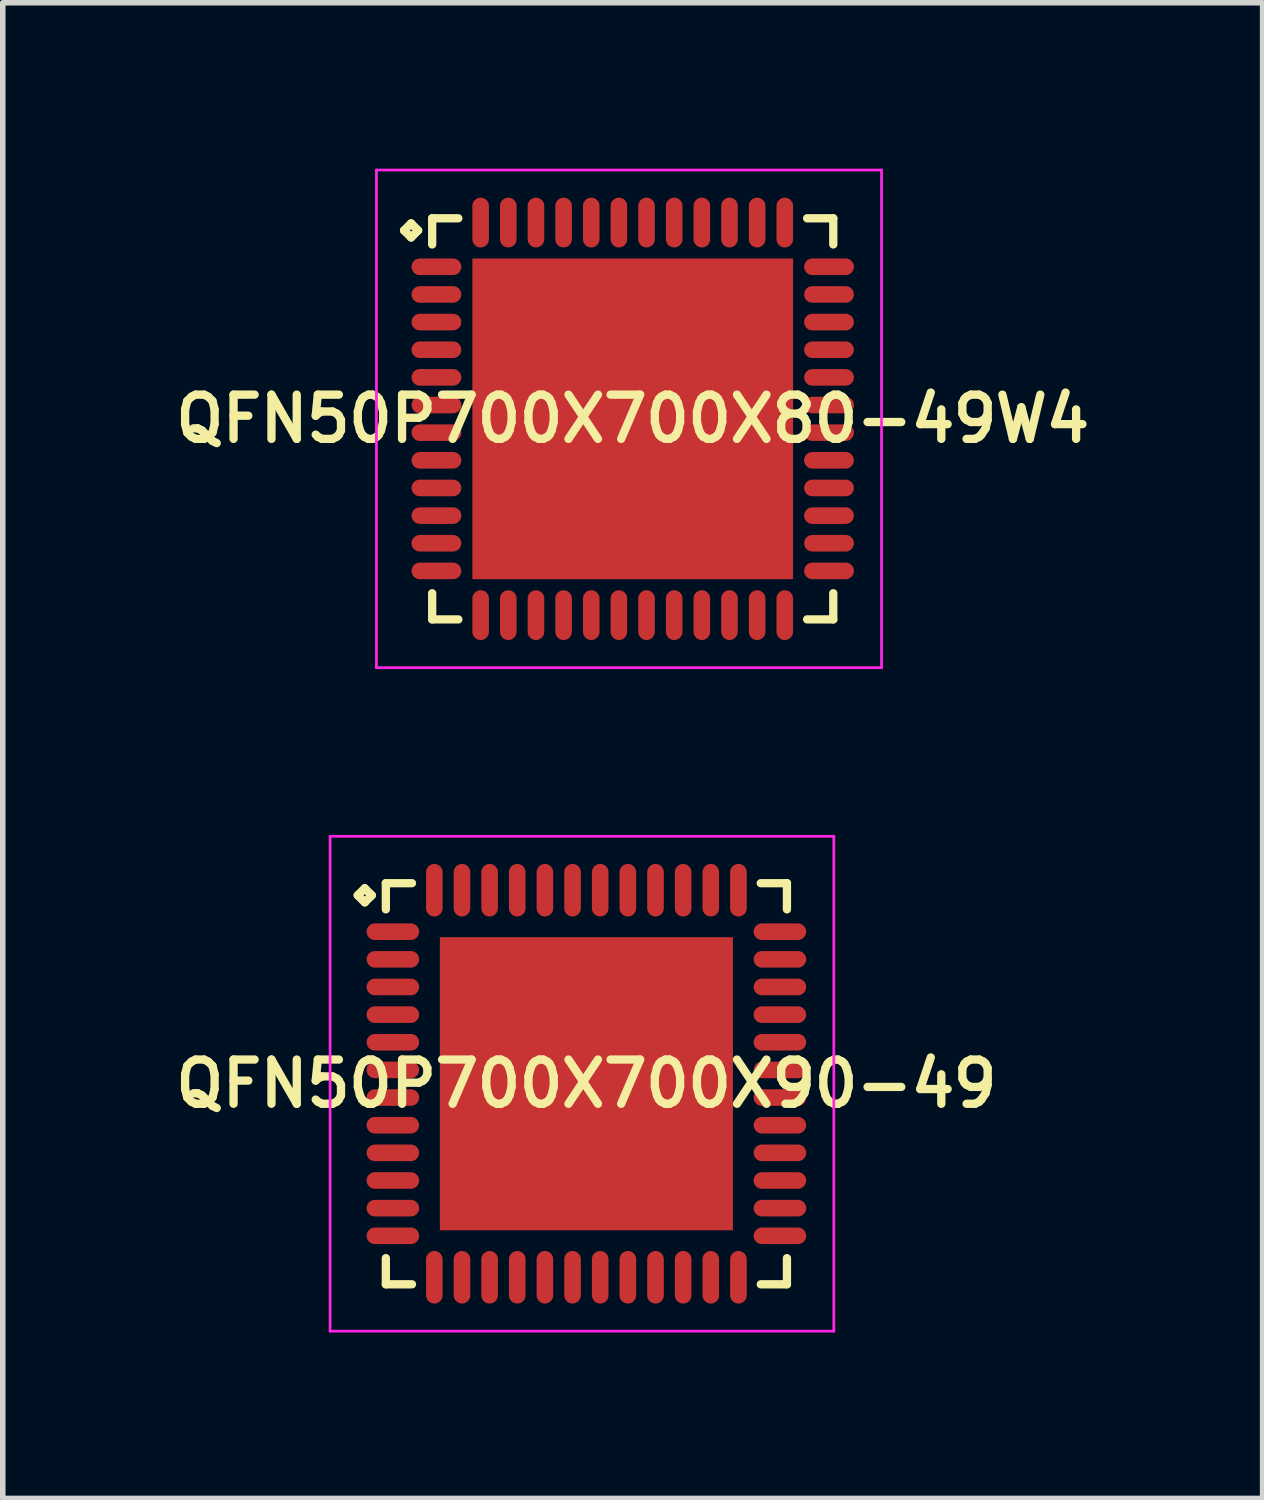
<source format=kicad_pcb>
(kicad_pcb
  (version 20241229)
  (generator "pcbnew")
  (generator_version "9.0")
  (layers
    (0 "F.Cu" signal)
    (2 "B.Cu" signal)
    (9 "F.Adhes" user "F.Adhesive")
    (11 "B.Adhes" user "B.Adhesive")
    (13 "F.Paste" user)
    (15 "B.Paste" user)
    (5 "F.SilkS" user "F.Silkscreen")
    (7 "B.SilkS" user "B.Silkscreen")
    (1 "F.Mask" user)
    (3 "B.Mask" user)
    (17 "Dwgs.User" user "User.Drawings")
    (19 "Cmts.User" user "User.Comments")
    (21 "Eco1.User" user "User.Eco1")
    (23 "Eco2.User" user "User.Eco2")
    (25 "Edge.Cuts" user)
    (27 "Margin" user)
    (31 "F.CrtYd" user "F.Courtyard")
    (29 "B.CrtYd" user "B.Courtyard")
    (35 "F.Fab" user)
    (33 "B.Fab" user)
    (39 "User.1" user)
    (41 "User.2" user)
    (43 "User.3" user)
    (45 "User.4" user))
  (footprint "QFN50P700X700X80-49W4"
    (layer "F.Cu")
    (at 8.393 4.525)
    (property "Reference" "QFN50P700X700X80-49W4" (at 0 0 0) (layer "F.SilkS") (effects (font (size 0.8 0.8) (thickness 0.15))))
    (attr smd)
    (fp_line (start -4.135 -3.408) (end -4.008 -3.535) (stroke (width 0.15) (type solid)) (layer "F.SilkS"))
    (fp_line (start -4.008 -3.535) (end -3.881 -3.408) (stroke (width 0.15) (type solid)) (layer "F.SilkS"))
    (fp_line (start -4.008 -3.281) (end -4.135 -3.408) (stroke (width 0.15) (type solid)) (layer "F.SilkS"))
    (fp_line (start -3.881 -3.408) (end -4.008 -3.281) (stroke (width 0.15) (type solid)) (layer "F.SilkS"))
    (fp_line (start -3.627 -3.627) (end -3.154 -3.627) (stroke (width 0.15) (type solid)) (layer "F.SilkS"))
    (fp_line (start -3.627 -3.154) (end -3.627 -3.627) (stroke (width 0.15) (type solid)) (layer "F.SilkS"))
    (fp_line (start -3.627 3.154) (end -3.627 3.627) (stroke (width 0.15) (type solid)) (layer "F.SilkS"))
    (fp_line (start -3.627 3.627) (end -3.154 3.627) (stroke (width 0.15) (type solid)) (layer "F.SilkS"))
    (fp_line (start 3.154 -3.627) (end 3.627 -3.627) (stroke (width 0.15) (type solid)) (layer "F.SilkS"))
    (fp_line (start 3.154 3.627) (end 3.627 3.627) (stroke (width 0.15) (type solid)) (layer "F.SilkS"))
    (fp_line (start 3.627 -3.627) (end 3.627 -3.154) (stroke (width 0.15) (type solid)) (layer "F.SilkS"))
    (fp_line (start 3.627 3.627) (end 3.627 3.154) (stroke (width 0.15) (type solid)) (layer "F.SilkS"))
    (fp_line (start -4.635 -4.5) (end 4.5 -4.5) (stroke (width 0.05) (type solid)) (layer "F.CrtYd"))
    (fp_line (start -4.635 4.5) (end -4.635 -4.5) (stroke (width 0.05) (type solid)) (layer "F.CrtYd"))
    (fp_line (start 4.5 -4.5) (end 4.5 4.5) (stroke (width 0.05) (type solid)) (layer "F.CrtYd"))
    (fp_line (start 4.5 4.5) (end -4.635 4.5) (stroke (width 0.05) (type solid)) (layer "F.CrtYd"))
    (pad "1" smd oval (at -3.55 -2.75) (size 0.9 0.3) (layers "F.Cu" "F.Mask" "F.Paste"))
    (pad "2" smd oval (at -3.55 -2.25) (size 0.9 0.3) (layers "F.Cu" "F.Mask" "F.Paste"))
    (pad "3" smd oval (at -3.55 -1.75) (size 0.9 0.3) (layers "F.Cu" "F.Mask" "F.Paste"))
    (pad "4" smd oval (at -3.55 -1.25) (size 0.9 0.3) (layers "F.Cu" "F.Mask" "F.Paste"))
    (pad "5" smd oval (at -3.55 -0.75) (size 0.9 0.3) (layers "F.Cu" "F.Mask" "F.Paste"))
    (pad "6" smd oval (at -3.55 -0.25) (size 0.9 0.3) (layers "F.Cu" "F.Mask" "F.Paste"))
    (pad "7" smd oval (at -3.55 0.25) (size 0.9 0.3) (layers "F.Cu" "F.Mask" "F.Paste"))
    (pad "8" smd oval (at -3.55 0.75) (size 0.9 0.3) (layers "F.Cu" "F.Mask" "F.Paste"))
    (pad "9" smd oval (at -3.55 1.25) (size 0.9 0.3) (layers "F.Cu" "F.Mask" "F.Paste"))
    (pad "10" smd oval (at -3.55 1.75) (size 0.9 0.3) (layers "F.Cu" "F.Mask" "F.Paste"))
    (pad "11" smd oval (at -3.55 2.25) (size 0.9 0.3) (layers "F.Cu" "F.Mask" "F.Paste"))
    (pad "12" smd oval (at -3.55 2.75) (size 0.9 0.3) (layers "F.Cu" "F.Mask" "F.Paste"))
    (pad "13" smd oval (at -2.75 3.55) (size 0.3 0.9) (layers "F.Cu" "F.Mask" "F.Paste"))
    (pad "14" smd oval (at -2.25 3.55) (size 0.3 0.9) (layers "F.Cu" "F.Mask" "F.Paste"))
    (pad "15" smd oval (at -1.75 3.55) (size 0.3 0.9) (layers "F.Cu" "F.Mask" "F.Paste"))
    (pad "16" smd oval (at -1.25 3.55) (size 0.3 0.9) (layers "F.Cu" "F.Mask" "F.Paste"))
    (pad "17" smd oval (at -0.75 3.55) (size 0.3 0.9) (layers "F.Cu" "F.Mask" "F.Paste"))
    (pad "18" smd oval (at -0.25 3.55) (size 0.3 0.9) (layers "F.Cu" "F.Mask" "F.Paste"))
    (pad "19" smd oval (at 0.25 3.55) (size 0.3 0.9) (layers "F.Cu" "F.Mask" "F.Paste"))
    (pad "20" smd oval (at 0.75 3.55) (size 0.3 0.9) (layers "F.Cu" "F.Mask" "F.Paste"))
    (pad "21" smd oval (at 1.25 3.55) (size 0.3 0.9) (layers "F.Cu" "F.Mask" "F.Paste"))
    (pad "22" smd oval (at 1.75 3.55) (size 0.3 0.9) (layers "F.Cu" "F.Mask" "F.Paste"))
    (pad "23" smd oval (at 2.25 3.55) (size 0.3 0.9) (layers "F.Cu" "F.Mask" "F.Paste"))
    (pad "24" smd oval (at 2.75 3.55) (size 0.3 0.9) (layers "F.Cu" "F.Mask" "F.Paste"))
    (pad "25" smd oval (at 3.55 2.75) (size 0.9 0.3) (layers "F.Cu" "F.Mask" "F.Paste"))
    (pad "26" smd oval (at 3.55 2.25) (size 0.9 0.3) (layers "F.Cu" "F.Mask" "F.Paste"))
    (pad "27" smd oval (at 3.55 1.75) (size 0.9 0.3) (layers "F.Cu" "F.Mask" "F.Paste"))
    (pad "28" smd oval (at 3.55 1.25) (size 0.9 0.3) (layers "F.Cu" "F.Mask" "F.Paste"))
    (pad "29" smd oval (at 3.55 0.75) (size 0.9 0.3) (layers "F.Cu" "F.Mask" "F.Paste"))
    (pad "30" smd oval (at 3.55 0.25) (size 0.9 0.3) (layers "F.Cu" "F.Mask" "F.Paste"))
    (pad "31" smd oval (at 3.55 -0.25) (size 0.9 0.3) (layers "F.Cu" "F.Mask" "F.Paste"))
    (pad "32" smd oval (at 3.55 -0.75) (size 0.9 0.3) (layers "F.Cu" "F.Mask" "F.Paste"))
    (pad "33" smd oval (at 3.55 -1.25) (size 0.9 0.3) (layers "F.Cu" "F.Mask" "F.Paste"))
    (pad "34" smd oval (at 3.55 -1.75) (size 0.9 0.3) (layers "F.Cu" "F.Mask" "F.Paste"))
    (pad "35" smd oval (at 3.55 -2.25) (size 0.9 0.3) (layers "F.Cu" "F.Mask" "F.Paste"))
    (pad "36" smd oval (at 3.55 -2.75) (size 0.9 0.3) (layers "F.Cu" "F.Mask" "F.Paste"))
    (pad "37" smd oval (at 2.75 -3.55) (size 0.3 0.9) (layers "F.Cu" "F.Mask" "F.Paste"))
    (pad "38" smd oval (at 2.25 -3.55) (size 0.3 0.9) (layers "F.Cu" "F.Mask" "F.Paste"))
    (pad "39" smd oval (at 1.75 -3.55) (size 0.3 0.9) (layers "F.Cu" "F.Mask" "F.Paste"))
    (pad "40" smd oval (at 1.25 -3.55) (size 0.3 0.9) (layers "F.Cu" "F.Mask" "F.Paste"))
    (pad "41" smd oval (at 0.75 -3.55) (size 0.3 0.9) (layers "F.Cu" "F.Mask" "F.Paste"))
    (pad "42" smd oval (at 0.25 -3.55) (size 0.3 0.9) (layers "F.Cu" "F.Mask" "F.Paste"))
    (pad "43" smd oval (at -0.25 -3.55) (size 0.3 0.9) (layers "F.Cu" "F.Mask" "F.Paste"))
    (pad "44" smd oval (at -0.75 -3.55) (size 0.3 0.9) (layers "F.Cu" "F.Mask" "F.Paste"))
    (pad "45" smd oval (at -1.25 -3.55) (size 0.3 0.9) (layers "F.Cu" "F.Mask" "F.Paste"))
    (pad "46" smd oval (at -1.75 -3.55) (size 0.3 0.9) (layers "F.Cu" "F.Mask" "F.Paste"))
    (pad "47" smd oval (at -2.25 -3.55) (size 0.3 0.9) (layers "F.Cu" "F.Mask" "F.Paste"))
    (pad "48" smd oval (at -2.75 -3.55) (size 0.3 0.9) (layers "F.Cu" "F.Mask" "F.Paste"))
    (pad "49" smd rect (at 0 0) (size 5.8 5.8) (layers "F.Cu" "F.Mask" "F.Paste")))
  (footprint "QFN50P700X700X90-49"
    (layer "F.Cu")
    (at 7.555 16.55)
    (property "Reference" "QFN50P700X700X90-49" (at 0 0 0) (layer "F.SilkS") (effects (font (size 0.8 0.8) (thickness 0.15))))
    (attr smd)
    (fp_line (start -4.135 -3.408) (end -4.008 -3.535) (stroke (width 0.15) (type solid)) (layer "F.SilkS"))
    (fp_line (start -4.008 -3.535) (end -3.881 -3.408) (stroke (width 0.15) (type solid)) (layer "F.SilkS"))
    (fp_line (start -4.008 -3.281) (end -4.135 -3.408) (stroke (width 0.15) (type solid)) (layer "F.SilkS"))
    (fp_line (start -3.881 -3.408) (end -4.008 -3.281) (stroke (width 0.15) (type solid)) (layer "F.SilkS"))
    (fp_line (start -3.627 -3.627) (end -3.154 -3.627) (stroke (width 0.15) (type solid)) (layer "F.SilkS"))
    (fp_line (start -3.627 -3.154) (end -3.627 -3.627) (stroke (width 0.15) (type solid)) (layer "F.SilkS"))
    (fp_line (start -3.627 3.154) (end -3.627 3.627) (stroke (width 0.15) (type solid)) (layer "F.SilkS"))
    (fp_line (start -3.627 3.627) (end -3.154 3.627) (stroke (width 0.15) (type solid)) (layer "F.SilkS"))
    (fp_line (start 3.154 -3.627) (end 3.627 -3.627) (stroke (width 0.15) (type solid)) (layer "F.SilkS"))
    (fp_line (start 3.154 3.627) (end 3.627 3.627) (stroke (width 0.15) (type solid)) (layer "F.SilkS"))
    (fp_line (start 3.627 -3.627) (end 3.627 -3.154) (stroke (width 0.15) (type solid)) (layer "F.SilkS"))
    (fp_line (start 3.627 3.627) (end 3.627 3.154) (stroke (width 0.15) (type solid)) (layer "F.SilkS"))
    (fp_line (start -4.635 -4.475) (end 4.475 -4.475) (stroke (width 0.05) (type solid)) (layer "F.CrtYd"))
    (fp_line (start -4.635 4.475) (end -4.635 -4.475) (stroke (width 0.05) (type solid)) (layer "F.CrtYd"))
    (fp_line (start 4.475 -4.475) (end 4.475 4.475) (stroke (width 0.05) (type solid)) (layer "F.CrtYd"))
    (fp_line (start 4.475 4.475) (end -4.635 4.475) (stroke (width 0.05) (type solid)) (layer "F.CrtYd"))
    (pad "1" smd oval (at -3.5 -2.75) (size 0.95 0.3) (layers "F.Cu" "F.Mask" "F.Paste"))
    (pad "2" smd oval (at -3.5 -2.25) (size 0.95 0.3) (layers "F.Cu" "F.Mask" "F.Paste"))
    (pad "3" smd oval (at -3.5 -1.75) (size 0.95 0.3) (layers "F.Cu" "F.Mask" "F.Paste"))
    (pad "4" smd oval (at -3.5 -1.25) (size 0.95 0.3) (layers "F.Cu" "F.Mask" "F.Paste"))
    (pad "5" smd oval (at -3.5 -0.75) (size 0.95 0.3) (layers "F.Cu" "F.Mask" "F.Paste"))
    (pad "6" smd oval (at -3.5 -0.25) (size 0.95 0.3) (layers "F.Cu" "F.Mask" "F.Paste"))
    (pad "7" smd oval (at -3.5 0.25) (size 0.95 0.3) (layers "F.Cu" "F.Mask" "F.Paste"))
    (pad "8" smd oval (at -3.5 0.75) (size 0.95 0.3) (layers "F.Cu" "F.Mask" "F.Paste"))
    (pad "9" smd oval (at -3.5 1.25) (size 0.95 0.3) (layers "F.Cu" "F.Mask" "F.Paste"))
    (pad "10" smd oval (at -3.5 1.75) (size 0.95 0.3) (layers "F.Cu" "F.Mask" "F.Paste"))
    (pad "11" smd oval (at -3.5 2.25) (size 0.95 0.3) (layers "F.Cu" "F.Mask" "F.Paste"))
    (pad "12" smd oval (at -3.5 2.75) (size 0.95 0.3) (layers "F.Cu" "F.Mask" "F.Paste"))
    (pad "13" smd oval (at -2.75 3.5) (size 0.3 0.95) (layers "F.Cu" "F.Mask" "F.Paste"))
    (pad "14" smd oval (at -2.25 3.5) (size 0.3 0.95) (layers "F.Cu" "F.Mask" "F.Paste"))
    (pad "15" smd oval (at -1.75 3.5) (size 0.3 0.95) (layers "F.Cu" "F.Mask" "F.Paste"))
    (pad "16" smd oval (at -1.25 3.5) (size 0.3 0.95) (layers "F.Cu" "F.Mask" "F.Paste"))
    (pad "17" smd oval (at -0.75 3.5) (size 0.3 0.95) (layers "F.Cu" "F.Mask" "F.Paste"))
    (pad "18" smd oval (at -0.25 3.5) (size 0.3 0.95) (layers "F.Cu" "F.Mask" "F.Paste"))
    (pad "19" smd oval (at 0.25 3.5) (size 0.3 0.95) (layers "F.Cu" "F.Mask" "F.Paste"))
    (pad "20" smd oval (at 0.75 3.5) (size 0.3 0.95) (layers "F.Cu" "F.Mask" "F.Paste"))
    (pad "21" smd oval (at 1.25 3.5) (size 0.3 0.95) (layers "F.Cu" "F.Mask" "F.Paste"))
    (pad "22" smd oval (at 1.75 3.5) (size 0.3 0.95) (layers "F.Cu" "F.Mask" "F.Paste"))
    (pad "23" smd oval (at 2.25 3.5) (size 0.3 0.95) (layers "F.Cu" "F.Mask" "F.Paste"))
    (pad "24" smd oval (at 2.75 3.5) (size 0.3 0.95) (layers "F.Cu" "F.Mask" "F.Paste"))
    (pad "25" smd oval (at 3.5 2.75) (size 0.95 0.3) (layers "F.Cu" "F.Mask" "F.Paste"))
    (pad "26" smd oval (at 3.5 2.25) (size 0.95 0.3) (layers "F.Cu" "F.Mask" "F.Paste"))
    (pad "27" smd oval (at 3.5 1.75) (size 0.95 0.3) (layers "F.Cu" "F.Mask" "F.Paste"))
    (pad "28" smd oval (at 3.5 1.25) (size 0.95 0.3) (layers "F.Cu" "F.Mask" "F.Paste"))
    (pad "29" smd oval (at 3.5 0.75) (size 0.95 0.3) (layers "F.Cu" "F.Mask" "F.Paste"))
    (pad "30" smd oval (at 3.5 0.25) (size 0.95 0.3) (layers "F.Cu" "F.Mask" "F.Paste"))
    (pad "31" smd oval (at 3.5 -0.25) (size 0.95 0.3) (layers "F.Cu" "F.Mask" "F.Paste"))
    (pad "32" smd oval (at 3.5 -0.75) (size 0.95 0.3) (layers "F.Cu" "F.Mask" "F.Paste"))
    (pad "33" smd oval (at 3.5 -1.25) (size 0.95 0.3) (layers "F.Cu" "F.Mask" "F.Paste"))
    (pad "34" smd oval (at 3.5 -1.75) (size 0.95 0.3) (layers "F.Cu" "F.Mask" "F.Paste"))
    (pad "35" smd oval (at 3.5 -2.25) (size 0.95 0.3) (layers "F.Cu" "F.Mask" "F.Paste"))
    (pad "36" smd oval (at 3.5 -2.75) (size 0.95 0.3) (layers "F.Cu" "F.Mask" "F.Paste"))
    (pad "37" smd oval (at 2.75 -3.5) (size 0.3 0.95) (layers "F.Cu" "F.Mask" "F.Paste"))
    (pad "38" smd oval (at 2.25 -3.5) (size 0.3 0.95) (layers "F.Cu" "F.Mask" "F.Paste"))
    (pad "39" smd oval (at 1.75 -3.5) (size 0.3 0.95) (layers "F.Cu" "F.Mask" "F.Paste"))
    (pad "40" smd oval (at 1.25 -3.5) (size 0.3 0.95) (layers "F.Cu" "F.Mask" "F.Paste"))
    (pad "41" smd oval (at 0.75 -3.5) (size 0.3 0.95) (layers "F.Cu" "F.Mask" "F.Paste"))
    (pad "42" smd oval (at 0.25 -3.5) (size 0.3 0.95) (layers "F.Cu" "F.Mask" "F.Paste"))
    (pad "43" smd oval (at -0.25 -3.5) (size 0.3 0.95) (layers "F.Cu" "F.Mask" "F.Paste"))
    (pad "44" smd oval (at -0.75 -3.5) (size 0.3 0.95) (layers "F.Cu" "F.Mask" "F.Paste"))
    (pad "45" smd oval (at -1.25 -3.5) (size 0.3 0.95) (layers "F.Cu" "F.Mask" "F.Paste"))
    (pad "46" smd oval (at -1.75 -3.5) (size 0.3 0.95) (layers "F.Cu" "F.Mask" "F.Paste"))
    (pad "47" smd oval (at -2.25 -3.5) (size 0.3 0.95) (layers "F.Cu" "F.Mask" "F.Paste"))
    (pad "48" smd oval (at -2.75 -3.5) (size 0.3 0.95) (layers "F.Cu" "F.Mask" "F.Paste"))
    (pad "49" smd rect (at 0 0) (size 5.3 5.3) (layers "F.Cu" "F.Mask" "F.Paste")))
  (gr_rect
    (start -3 -3)
    (end 19.785 24.05)
    (stroke (width 0.1) (type default))
    (fill no)
    (layer "Edge.Cuts")))
</source>
